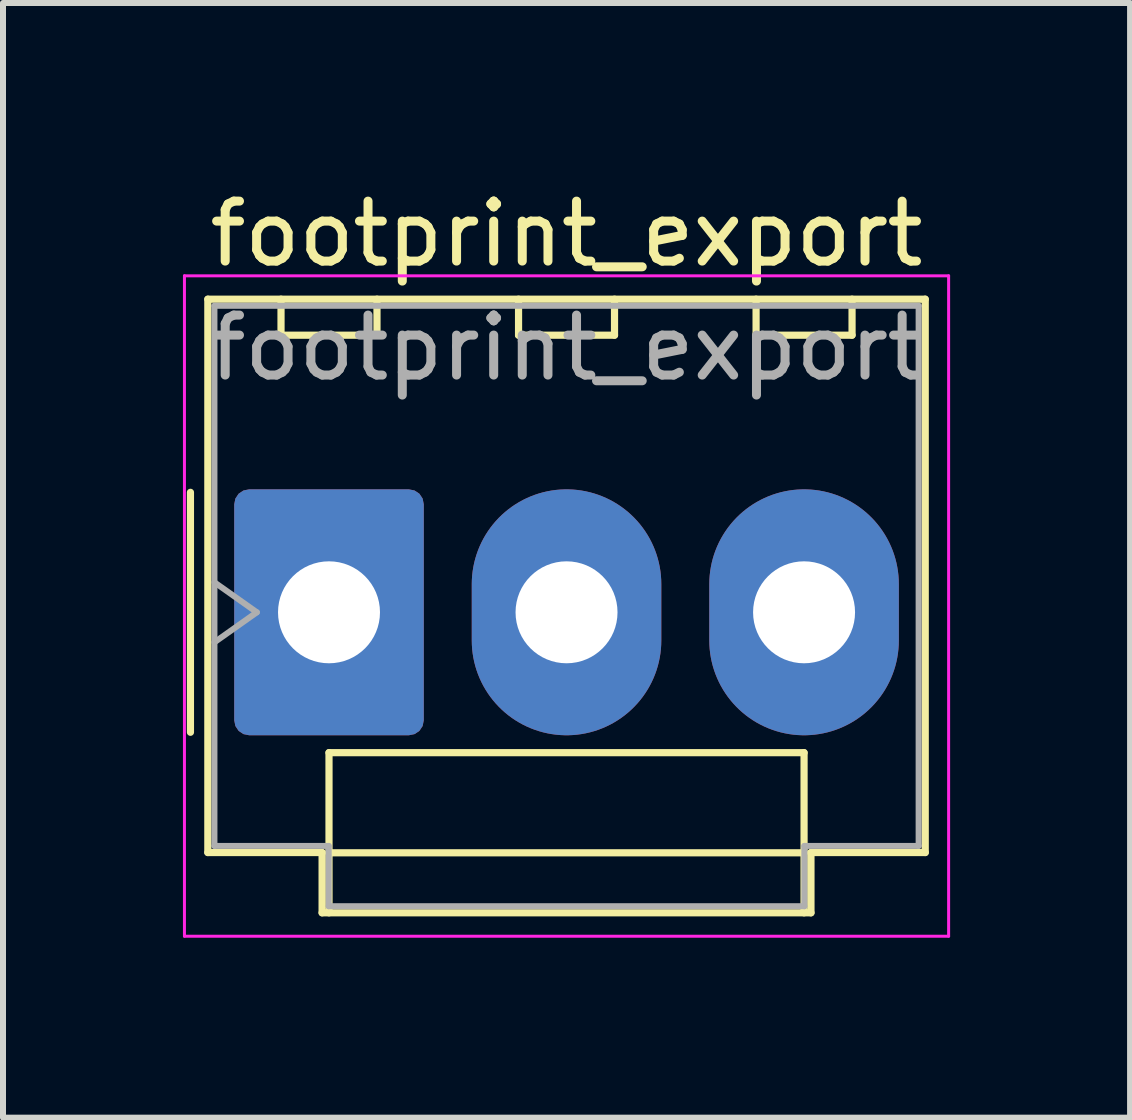
<source format=kicad_pcb>
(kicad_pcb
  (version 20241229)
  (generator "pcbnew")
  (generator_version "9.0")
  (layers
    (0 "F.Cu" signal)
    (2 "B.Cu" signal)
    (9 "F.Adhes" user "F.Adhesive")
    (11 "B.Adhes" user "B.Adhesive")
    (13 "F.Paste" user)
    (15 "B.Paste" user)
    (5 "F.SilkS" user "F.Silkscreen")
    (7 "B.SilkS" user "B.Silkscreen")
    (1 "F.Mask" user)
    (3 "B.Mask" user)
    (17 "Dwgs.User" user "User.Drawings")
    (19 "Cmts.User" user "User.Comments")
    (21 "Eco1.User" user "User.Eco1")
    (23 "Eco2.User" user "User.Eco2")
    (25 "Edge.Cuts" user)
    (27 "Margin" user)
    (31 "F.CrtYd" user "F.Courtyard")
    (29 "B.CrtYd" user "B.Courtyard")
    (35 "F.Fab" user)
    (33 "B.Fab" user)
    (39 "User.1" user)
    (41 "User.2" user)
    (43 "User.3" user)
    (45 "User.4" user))
  (footprint "footprint_export"
    (layer "F.Cu")
    (at 2.435 7.158)
    (property "Reference" "footprint_export" (at 3.96 -6.31 0) (layer "F.SilkS") (effects (font (size 1 1) (thickness 0.15))))
    (attr through_hole)
    (fp_line (start -2.31 -2) (end -2.31 2) (stroke (width 0.12) (type solid)) (layer "F.SilkS"))
    (fp_line (start -2.02 -5.22) (end 9.94 -5.22) (stroke (width 0.12) (type solid)) (layer "F.SilkS"))
    (fp_line (start -2.02 4.005) (end -2.02 -5.22) (stroke (width 0.12) (type solid)) (layer "F.SilkS"))
    (fp_line (start -0.8 -5.22) (end -0.8 -4.62) (stroke (width 0.12) (type solid)) (layer "F.SilkS"))
    (fp_line (start -0.8 -4.62) (end 0.8 -4.62) (stroke (width 0.12) (type solid)) (layer "F.SilkS"))
    (fp_line (start -0.115 4.005) (end -2.02 4.005) (stroke (width 0.12) (type solid)) (layer "F.SilkS"))
    (fp_line (start -0.115 5.01) (end -0.115 4.005) (stroke (width 0.12) (type solid)) (layer "F.SilkS"))
    (fp_line (start 0 2.34) (end 7.92 2.34) (stroke (width 0.12) (type solid)) (layer "F.SilkS"))
    (fp_line (start 0 4.01) (end 0 2.34) (stroke (width 0.12) (type solid)) (layer "F.SilkS"))
    (fp_line (start 0 4.01) (end 7.92 4.01) (stroke (width 0.12) (type solid)) (layer "F.SilkS"))
    (fp_line (start 0 5.01) (end 0 4.01) (stroke (width 0.12) (type solid)) (layer "F.SilkS"))
    (fp_line (start 0.8 -4.62) (end 0.8 -5.22) (stroke (width 0.12) (type solid)) (layer "F.SilkS"))
    (fp_line (start 3.16 -5.22) (end 3.16 -4.62) (stroke (width 0.12) (type solid)) (layer "F.SilkS"))
    (fp_line (start 3.16 -4.62) (end 4.76 -4.62) (stroke (width 0.12) (type solid)) (layer "F.SilkS"))
    (fp_line (start 4.76 -4.62) (end 4.76 -5.22) (stroke (width 0.12) (type solid)) (layer "F.SilkS"))
    (fp_line (start 7.12 -5.22) (end 7.12 -4.62) (stroke (width 0.12) (type solid)) (layer "F.SilkS"))
    (fp_line (start 7.12 -4.62) (end 8.72 -4.62) (stroke (width 0.12) (type solid)) (layer "F.SilkS"))
    (fp_line (start 7.92 2.34) (end 7.92 4.01) (stroke (width 0.12) (type solid)) (layer "F.SilkS"))
    (fp_line (start 7.92 4.01) (end 7.92 5.01) (stroke (width 0.12) (type solid)) (layer "F.SilkS"))
    (fp_line (start 8.035 4.005) (end 8.035 5.01) (stroke (width 0.12) (type solid)) (layer "F.SilkS"))
    (fp_line (start 8.035 5.01) (end -0.115 5.01) (stroke (width 0.12) (type solid)) (layer "F.SilkS"))
    (fp_line (start 8.72 -4.62) (end 8.72 -5.22) (stroke (width 0.12) (type solid)) (layer "F.SilkS"))
    (fp_line (start 9.94 -5.22) (end 9.94 4.005) (stroke (width 0.12) (type solid)) (layer "F.SilkS"))
    (fp_line (start 9.94 4.005) (end 8.035 4.005) (stroke (width 0.12) (type solid)) (layer "F.SilkS"))
    (fp_line (start -2.41 -5.61) (end -2.41 5.4) (stroke (width 0.05) (type solid)) (layer "F.CrtYd"))
    (fp_line (start -2.41 5.4) (end 10.33 5.4) (stroke (width 0.05) (type solid)) (layer "F.CrtYd"))
    (fp_line (start 10.33 -5.61) (end -2.41 -5.61) (stroke (width 0.05) (type solid)) (layer "F.CrtYd"))
    (fp_line (start 10.33 5.4) (end 10.33 -5.61) (stroke (width 0.05) (type solid)) (layer "F.CrtYd"))
    (fp_line (start -1.91 -5.11) (end 9.83 -5.11) (stroke (width 0.1) (type solid)) (layer "F.Fab"))
    (fp_line (start -1.91 -0.5) (end -1.203 0) (stroke (width 0.1) (type solid)) (layer "F.Fab"))
    (fp_line (start -1.91 3.895) (end -1.91 -5.11) (stroke (width 0.1) (type solid)) (layer "F.Fab"))
    (fp_line (start -1.203 0) (end -1.91 0.5) (stroke (width 0.1) (type solid)) (layer "F.Fab"))
    (fp_line (start -0.005 3.895) (end -1.91 3.895) (stroke (width 0.1) (type solid)) (layer "F.Fab"))
    (fp_line (start -0.005 4.9) (end -0.005 3.895) (stroke (width 0.1) (type solid)) (layer "F.Fab"))
    (fp_line (start 7.925 3.895) (end 7.925 4.9) (stroke (width 0.1) (type solid)) (layer "F.Fab"))
    (fp_line (start 7.925 4.9) (end -0.005 4.9) (stroke (width 0.1) (type solid)) (layer "F.Fab"))
    (fp_line (start 9.83 -5.11) (end 9.83 3.895) (stroke (width 0.1) (type solid)) (layer "F.Fab"))
    (fp_line (start 9.83 3.895) (end 7.925 3.895) (stroke (width 0.1) (type solid)) (layer "F.Fab"))
    (fp_text user "${REFERENCE}" (at 3.96 -4.41 0) (layer "F.Fab") (effects (font (size 1 1) (thickness 0.15))))
    (pad "1" thru_hole roundrect (at 0 0) (size 3.16 4.1) (drill 1.7) (layers "*.Cu" "*.Mask") (roundrect_rratio 0.079))
    (pad "2" thru_hole oval (at 3.96 0) (size 3.16 4.1) (drill 1.7) (layers "*.Cu" "*.Mask"))
    (pad "3" thru_hole oval (at 7.92 0) (size 3.16 4.1) (drill 1.7) (layers "*.Cu" "*.Mask")))
  (gr_rect
    (start -3 -3)
    (end 15.79 15.583)
    (stroke (width 0.1) (type default))
    (fill no)
    (layer "Edge.Cuts")))
</source>
